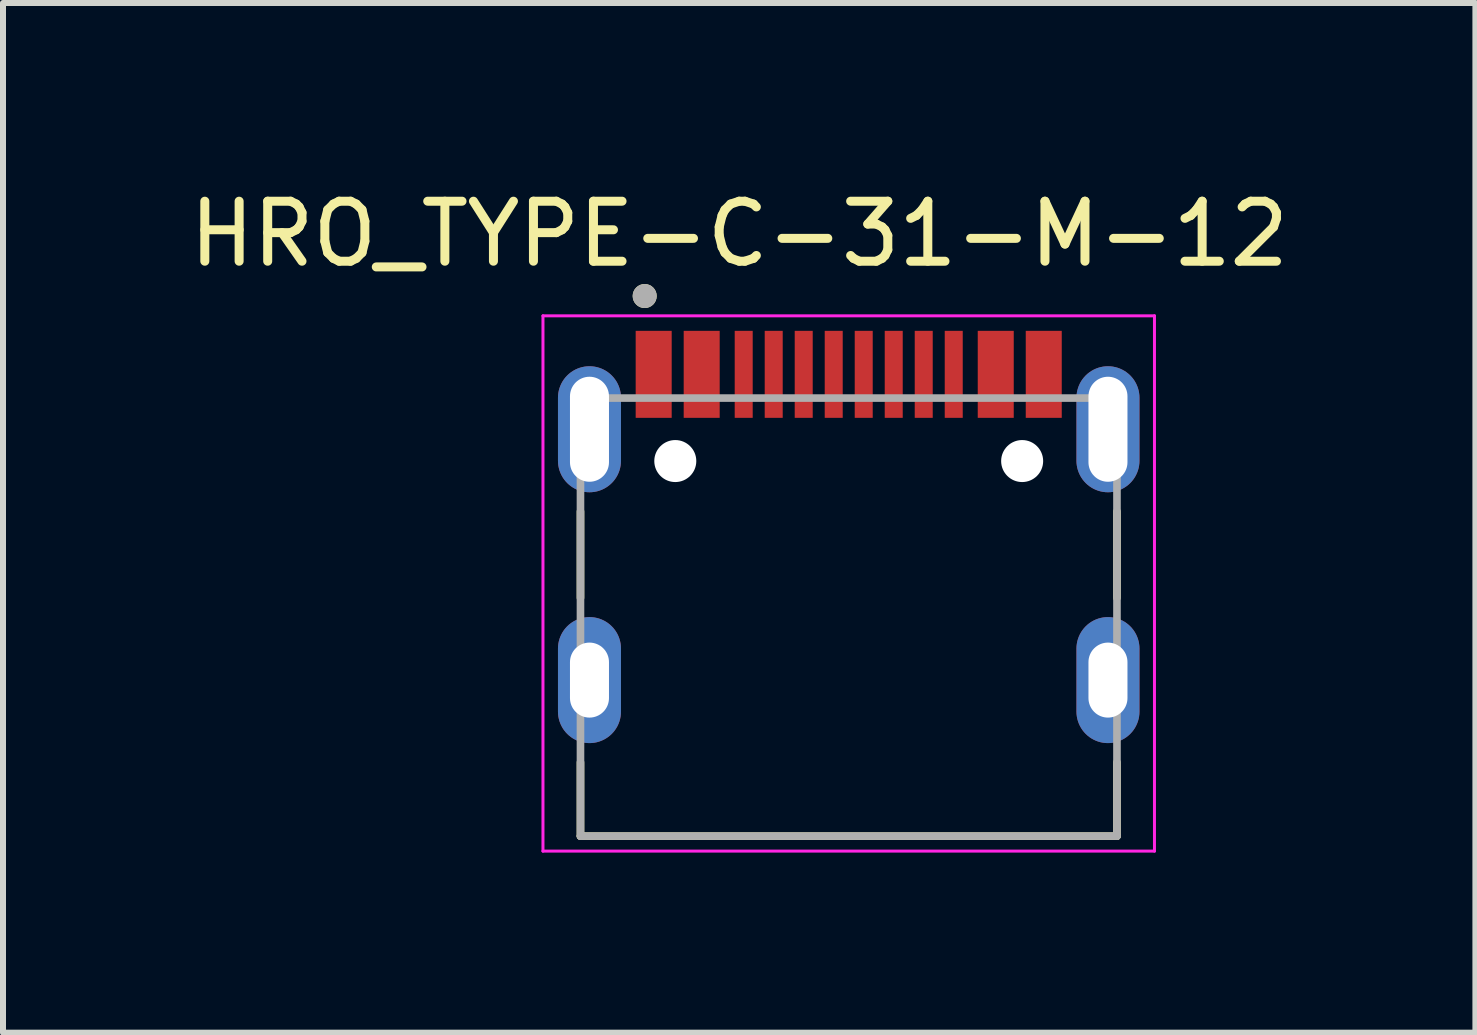
<source format=kicad_pcb>
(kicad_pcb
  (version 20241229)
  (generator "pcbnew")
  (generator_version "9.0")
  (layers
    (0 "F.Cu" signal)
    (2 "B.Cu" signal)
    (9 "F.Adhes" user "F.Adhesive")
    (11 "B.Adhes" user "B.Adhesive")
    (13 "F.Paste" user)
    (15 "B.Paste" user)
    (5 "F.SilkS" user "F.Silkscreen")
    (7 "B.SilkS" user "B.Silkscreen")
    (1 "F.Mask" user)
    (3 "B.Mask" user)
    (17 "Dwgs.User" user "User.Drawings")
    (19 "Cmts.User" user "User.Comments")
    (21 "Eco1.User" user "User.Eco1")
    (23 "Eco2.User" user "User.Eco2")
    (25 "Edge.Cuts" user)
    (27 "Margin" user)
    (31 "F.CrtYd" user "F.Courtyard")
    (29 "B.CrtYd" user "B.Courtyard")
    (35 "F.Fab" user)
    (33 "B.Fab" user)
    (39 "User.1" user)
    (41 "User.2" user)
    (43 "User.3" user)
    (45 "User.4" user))
  (footprint "HRO_TYPE-C-31-M-12"
    (layer "F.Cu")
    (at 11.093 8.283)
    (property "Reference" "HRO_TYPE-C-31-M-12" (at -1.825 -7.435 0) (layer "F.SilkS") (effects (font (size 1 1) (thickness 0.15))))
    (attr through_hole)
    (fp_line (start -4.47 -2.81) (end -4.47 -1.37) (stroke (width 0.127) (type solid)) (layer "F.SilkS"))
    (fp_line (start -4.47 2.6) (end -4.47 1.37) (stroke (width 0.127) (type solid)) (layer "F.SilkS"))
    (fp_line (start 4.47 -2.81) (end 4.47 -1.37) (stroke (width 0.127) (type solid)) (layer "F.SilkS"))
    (fp_line (start 4.47 1.37) (end 4.47 2.6) (stroke (width 0.127) (type solid)) (layer "F.SilkS"))
    (fp_line (start 4.47 2.6) (end -4.47 2.6) (stroke (width 0.127) (type solid)) (layer "F.SilkS"))
    (fp_circle (center -3.4 -6.4) (end -3.3 -6.4) (stroke (width 0.2) (type solid)) (fill no) (layer "F.SilkS"))
    (fp_line (start -5.095 -6.07) (end -5.095 2.85) (stroke (width 0.05) (type solid)) (layer "F.CrtYd"))
    (fp_line (start -5.095 2.85) (end 5.095 2.85) (stroke (width 0.05) (type solid)) (layer "F.CrtYd"))
    (fp_line (start 5.095 -6.07) (end -5.095 -6.07) (stroke (width 0.05) (type solid)) (layer "F.CrtYd"))
    (fp_line (start 5.095 2.85) (end 5.095 -6.07) (stroke (width 0.05) (type solid)) (layer "F.CrtYd"))
    (fp_line (start -4.47 -4.7) (end -4.47 2.6) (stroke (width 0.127) (type solid)) (layer "F.Fab"))
    (fp_line (start -4.47 2.6) (end 4.47 2.6) (stroke (width 0.127) (type solid)) (layer "F.Fab"))
    (fp_line (start 4.47 -4.7) (end -4.47 -4.7) (stroke (width 0.127) (type solid)) (layer "F.Fab"))
    (fp_line (start 4.47 2.6) (end 4.47 -4.7) (stroke (width 0.127) (type solid)) (layer "F.Fab"))
    (fp_circle (center -3.4 -6.4) (end -3.3 -6.4) (stroke (width 0.2) (type solid)) (fill no) (layer "F.Fab"))
    (pad "" np_thru_hole circle (at -2.89 -3.65) (size 0.7 0.7) (drill 0.7) (layers "*.Cu" "*.Mask"))
    (pad "" np_thru_hole circle (at 2.89 -3.65) (size 0.7 0.7) (drill 0.7) (layers "*.Cu" "*.Mask"))
    (pad "A1" smd rect (at -3.25 -5.095) (size 0.6 1.45) (layers "F.Cu" "F.Mask" "F.Paste"))
    (pad "A1" smd rect (at 3.25 -5.095) (size 0.6 1.45) (layers "F.Cu" "F.Mask" "F.Paste"))
    (pad "A4" smd rect (at -2.45 -5.095) (size 0.6 1.45) (layers "F.Cu" "F.Mask" "F.Paste"))
    (pad "A4" smd rect (at 2.45 -5.095) (size 0.6 1.45) (layers "F.Cu" "F.Mask" "F.Paste"))
    (pad "A5" smd rect (at -1.25 -5.095) (size 0.3 1.45) (layers "F.Cu" "F.Mask" "F.Paste"))
    (pad "A6" smd rect (at -0.25 -5.095) (size 0.3 1.45) (layers "F.Cu" "F.Mask" "F.Paste"))
    (pad "A7" smd rect (at 0.25 -5.095) (size 0.3 1.45) (layers "F.Cu" "F.Mask" "F.Paste"))
    (pad "A8" smd rect (at 1.25 -5.095) (size 0.3 1.45) (layers "F.Cu" "F.Mask" "F.Paste"))
    (pad "B5" smd rect (at 1.75 -5.095) (size 0.3 1.45) (layers "F.Cu" "F.Mask" "F.Paste"))
    (pad "B6" smd rect (at 0.75 -5.095) (size 0.3 1.45) (layers "F.Cu" "F.Mask" "F.Paste"))
    (pad "B7" smd rect (at -0.75 -5.095) (size 0.3 1.45) (layers "F.Cu" "F.Mask" "F.Paste"))
    (pad "B8" smd rect (at -1.75 -5.095) (size 0.3 1.45) (layers "F.Cu" "F.Mask" "F.Paste"))
    (pad "S1" thru_hole oval (at -4.32 -4.18) (size 1.05 2.1) (drill oval 0.65 1.75) (layers "*.Cu" "*.Mask"))
    (pad "S1" thru_hole oval (at -4.32 0) (size 1.05 2.1) (drill oval 0.65 1.25) (layers "*.Cu" "*.Mask"))
    (pad "S1" thru_hole oval (at 4.32 -4.18) (size 1.05 2.1) (drill oval 0.65 1.75) (layers "*.Cu" "*.Mask"))
    (pad "S1" thru_hole oval (at 4.32 0) (size 1.05 2.1) (drill oval 0.65 1.25) (layers "*.Cu" "*.Mask")))
  (gr_rect
    (start -3 -3)
    (end 21.536 14.158)
    (stroke (width 0.1) (type default))
    (fill no)
    (layer "Edge.Cuts")))
</source>
